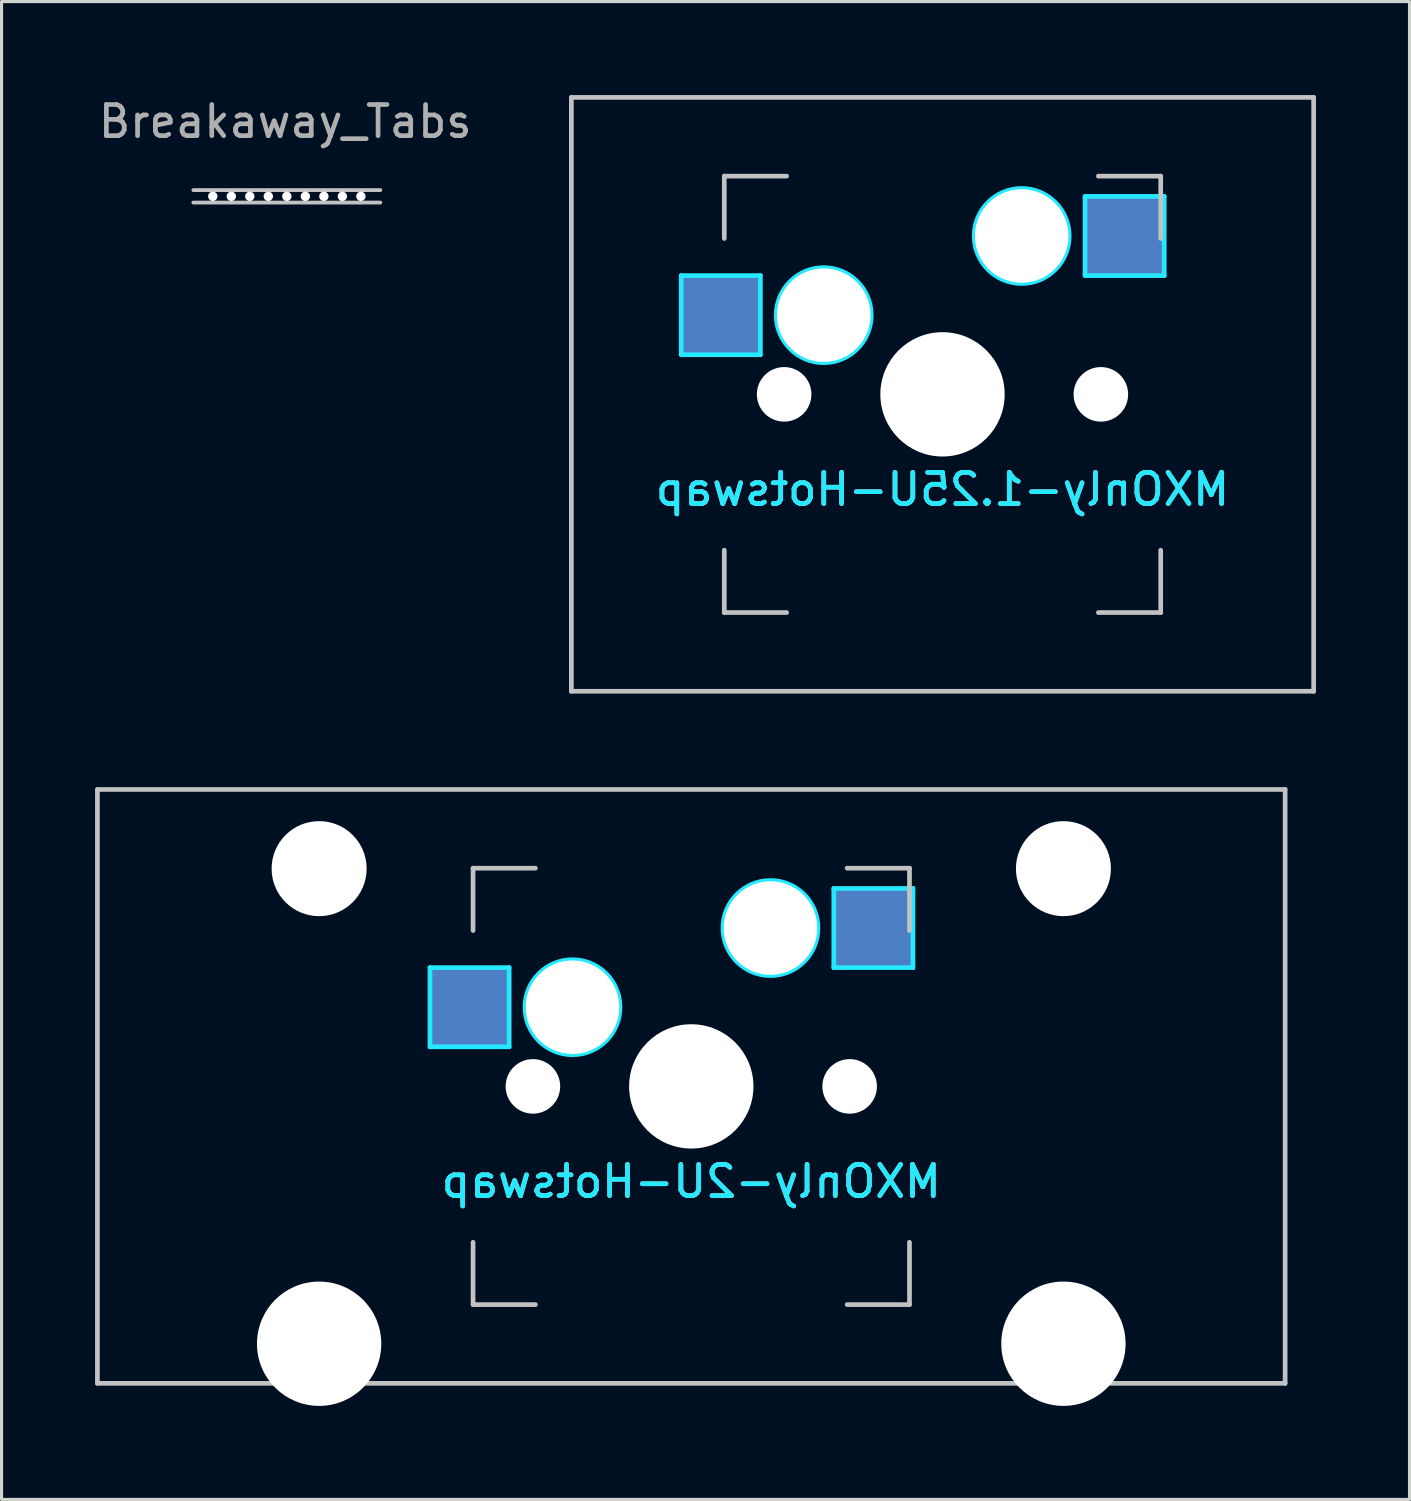
<source format=kicad_pcb>
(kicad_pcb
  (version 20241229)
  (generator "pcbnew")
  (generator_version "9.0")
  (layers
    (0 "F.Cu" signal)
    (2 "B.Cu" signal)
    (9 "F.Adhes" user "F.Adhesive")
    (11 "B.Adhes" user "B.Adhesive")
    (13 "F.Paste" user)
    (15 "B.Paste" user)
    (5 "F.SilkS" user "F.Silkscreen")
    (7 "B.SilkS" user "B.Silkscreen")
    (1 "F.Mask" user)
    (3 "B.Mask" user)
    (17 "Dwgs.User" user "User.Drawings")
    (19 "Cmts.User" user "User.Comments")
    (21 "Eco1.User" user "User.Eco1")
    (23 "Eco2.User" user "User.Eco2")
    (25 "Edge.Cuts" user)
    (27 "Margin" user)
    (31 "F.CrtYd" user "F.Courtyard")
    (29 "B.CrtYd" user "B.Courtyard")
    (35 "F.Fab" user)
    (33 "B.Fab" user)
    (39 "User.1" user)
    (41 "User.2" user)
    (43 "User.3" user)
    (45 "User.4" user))
  (footprint "Breakaway_Tabs"
    (layer "F.Cu")
    (at 6.151 3.248)
    (property "Reference" "Breakaway_Tabs" (at -0.05 -2.4 0) (layer "F.Fab") (effects (font (size 1 1) (thickness 0.15))))
    (attr through_hole)
    (fp_line (start -3 -0.2) (end 3 -0.2) (stroke (width 0.12) (type solid)) (layer "Dwgs.User"))
    (fp_line (start -3 0.2) (end 3 0.2) (stroke (width 0.12) (type solid)) (layer "Dwgs.User"))
    (pad "" np_thru_hole circle (at -2.375 0) (size 0.3 0.3) (drill 0.3) (layers "*.Cu" "*.Mask"))
    (pad "" np_thru_hole circle (at -1.781 0) (size 0.3 0.3) (drill 0.3) (layers "*.Cu" "*.Mask"))
    (pad "" np_thru_hole circle (at -1.188 0) (size 0.3 0.3) (drill 0.3) (layers "*.Cu" "*.Mask"))
    (pad "" np_thru_hole circle (at -0.594 0) (size 0.3 0.3) (drill 0.3) (layers "*.Cu" "*.Mask"))
    (pad "" np_thru_hole circle (at 0 0) (size 0.3 0.3) (drill 0.3) (layers "*.Cu" "*.Mask"))
    (pad "" np_thru_hole circle (at 0.594 0) (size 0.3 0.3) (drill 0.3) (layers "*.Cu" "*.Mask"))
    (pad "" np_thru_hole circle (at 1.188 0) (size 0.3 0.3) (drill 0.3) (layers "*.Cu" "*.Mask"))
    (pad "" np_thru_hole circle (at 1.781 0) (size 0.3 0.3) (drill 0.3) (layers "*.Cu" "*.Mask"))
    (pad "" np_thru_hole circle (at 2.375 0) (size 0.3 0.3) (drill 0.3) (layers "*.Cu" "*.Mask")))
  (footprint "MXOnly-2U-Hotswap"
    (layer "F.Cu")
    (at 19.125 31.8)
    (property "Reference" "MXOnly-2U-Hotswap" (at 0 3.048 0) (layer "B.CrtYd") (effects (font (size 1 1) (thickness 0.15)) (justify mirror)))
    (attr smd)
    (fp_line (start -19.05 -9.525) (end 19.05 -9.525) (stroke (width 0.15) (type solid)) (layer "Dwgs.User"))
    (fp_line (start -19.05 9.525) (end -19.05 -9.525) (stroke (width 0.15) (type solid)) (layer "Dwgs.User"))
    (fp_line (start -7 -7) (end -7 -5) (stroke (width 0.15) (type solid)) (layer "Dwgs.User"))
    (fp_line (start -7 5) (end -7 7) (stroke (width 0.15) (type solid)) (layer "Dwgs.User"))
    (fp_line (start -7 7) (end -5 7) (stroke (width 0.15) (type solid)) (layer "Dwgs.User"))
    (fp_line (start -5 -7) (end -7 -7) (stroke (width 0.15) (type solid)) (layer "Dwgs.User"))
    (fp_line (start 5 -7) (end 7 -7) (stroke (width 0.15) (type solid)) (layer "Dwgs.User"))
    (fp_line (start 5 7) (end 7 7) (stroke (width 0.15) (type solid)) (layer "Dwgs.User"))
    (fp_line (start 7 -7) (end 7 -5) (stroke (width 0.15) (type solid)) (layer "Dwgs.User"))
    (fp_line (start 7 7) (end 7 5) (stroke (width 0.15) (type solid)) (layer "Dwgs.User"))
    (fp_line (start 19.05 -9.525) (end 19.05 9.525) (stroke (width 0.15) (type solid)) (layer "Dwgs.User"))
    (fp_line (start 19.05 9.525) (end -19.05 9.525) (stroke (width 0.15) (type solid)) (layer "Dwgs.User"))
    (fp_line (start -8.382 -3.81) (end -5.842 -3.81) (stroke (width 0.15) (type solid)) (layer "B.CrtYd"))
    (fp_line (start -8.382 -1.27) (end -8.382 -3.81) (stroke (width 0.15) (type solid)) (layer "B.CrtYd"))
    (fp_line (start -5.842 -3.81) (end -5.842 -1.27) (stroke (width 0.15) (type solid)) (layer "B.CrtYd"))
    (fp_line (start -5.842 -1.27) (end -8.382 -1.27) (stroke (width 0.15) (type solid)) (layer "B.CrtYd"))
    (fp_line (start 4.572 -6.35) (end 7.112 -6.35) (stroke (width 0.15) (type solid)) (layer "B.CrtYd"))
    (fp_line (start 4.572 -3.81) (end 4.572 -6.35) (stroke (width 0.15) (type solid)) (layer "B.CrtYd"))
    (fp_line (start 7.112 -6.35) (end 7.112 -3.81) (stroke (width 0.15) (type solid)) (layer "B.CrtYd"))
    (fp_line (start 7.112 -3.81) (end 4.572 -3.81) (stroke (width 0.15) (type solid)) (layer "B.CrtYd"))
    (fp_circle (center -3.81 -2.54) (end -3.81 -4.064) (stroke (width 0.15) (type solid)) (fill no) (layer "B.CrtYd"))
    (fp_circle (center 2.54 -5.08) (end 2.54 -6.604) (stroke (width 0.15) (type solid)) (fill no) (layer "B.CrtYd"))
    (fp_text user "${REFERENCE}" (at 0 3.048 0) (layer "B.SilkS") (effects (font (size 1 1) (thickness 0.15)) (justify mirror)))
    (pad "" np_thru_hole circle (at -11.938 -6.985) (size 3.048 3.048) (drill 3.048) (layers "*.Cu" "*.Mask"))
    (pad "" np_thru_hole circle (at -11.938 8.255) (size 3.988 3.988) (drill 3.988) (layers "*.Cu" "*.Mask"))
    (pad "" np_thru_hole circle (at -5.08 0 48.1) (size 1.75 1.75) (drill 1.75) (layers "*.Cu" "*.Mask"))
    (pad "" np_thru_hole circle (at -3.81 -2.54) (size 3 3) (drill 3) (layers "*.Cu" "*.Mask"))
    (pad "" np_thru_hole circle (at 0 0) (size 3.988 3.988) (drill 3.988) (layers "*.Cu" "*.Mask"))
    (pad "" np_thru_hole circle (at 2.54 -5.08) (size 3 3) (drill 3) (layers "*.Cu" "*.Mask"))
    (pad "" np_thru_hole circle (at 5.08 0 48.1) (size 1.75 1.75) (drill 1.75) (layers "*.Cu" "*.Mask"))
    (pad "" np_thru_hole circle (at 11.938 -6.985) (size 3.048 3.048) (drill 3.048) (layers "*.Cu" "*.Mask"))
    (pad "" np_thru_hole circle (at 11.938 8.255) (size 3.988 3.988) (drill 3.988) (layers "*.Cu" "*.Mask"))
    (pad "1" smd rect (at -7.085 -2.54) (size 2.55 2.5) (layers "B.Cu" "B.Mask" "B.Paste"))
    (pad "2" smd rect (at 5.842 -5.08) (size 2.55 2.5) (layers "B.Cu" "B.Mask" "B.Paste")))
  (footprint "MXOnly-1.25U-Hotswap"
    (layer "F.Cu")
    (at 27.184 9.6)
    (property "Reference" "MXOnly-1.25U-Hotswap" (at 0 3.048 0) (layer "B.CrtYd") (effects (font (size 1 1) (thickness 0.15)) (justify mirror)))
    (attr smd)
    (fp_line (start -11.906 -9.525) (end 11.906 -9.525) (stroke (width 0.15) (type solid)) (layer "Dwgs.User"))
    (fp_line (start -11.906 9.525) (end -11.906 -9.525) (stroke (width 0.15) (type solid)) (layer "Dwgs.User"))
    (fp_line (start -7 -7) (end -7 -5) (stroke (width 0.15) (type solid)) (layer "Dwgs.User"))
    (fp_line (start -7 5) (end -7 7) (stroke (width 0.15) (type solid)) (layer "Dwgs.User"))
    (fp_line (start -7 7) (end -5 7) (stroke (width 0.15) (type solid)) (layer "Dwgs.User"))
    (fp_line (start -5 -7) (end -7 -7) (stroke (width 0.15) (type solid)) (layer "Dwgs.User"))
    (fp_line (start 5 -7) (end 7 -7) (stroke (width 0.15) (type solid)) (layer "Dwgs.User"))
    (fp_line (start 5 7) (end 7 7) (stroke (width 0.15) (type solid)) (layer "Dwgs.User"))
    (fp_line (start 7 -7) (end 7 -5) (stroke (width 0.15) (type solid)) (layer "Dwgs.User"))
    (fp_line (start 7 7) (end 7 5) (stroke (width 0.15) (type solid)) (layer "Dwgs.User"))
    (fp_line (start 11.906 -9.525) (end 11.906 9.525) (stroke (width 0.15) (type solid)) (layer "Dwgs.User"))
    (fp_line (start 11.906 9.525) (end -11.906 9.525) (stroke (width 0.15) (type solid)) (layer "Dwgs.User"))
    (fp_line (start -8.382 -3.81) (end -5.842 -3.81) (stroke (width 0.15) (type solid)) (layer "B.CrtYd"))
    (fp_line (start -8.382 -1.27) (end -8.382 -3.81) (stroke (width 0.15) (type solid)) (layer "B.CrtYd"))
    (fp_line (start -5.842 -3.81) (end -5.842 -1.27) (stroke (width 0.15) (type solid)) (layer "B.CrtYd"))
    (fp_line (start -5.842 -1.27) (end -8.382 -1.27) (stroke (width 0.15) (type solid)) (layer "B.CrtYd"))
    (fp_line (start 4.572 -6.35) (end 7.112 -6.35) (stroke (width 0.15) (type solid)) (layer "B.CrtYd"))
    (fp_line (start 4.572 -3.81) (end 4.572 -6.35) (stroke (width 0.15) (type solid)) (layer "B.CrtYd"))
    (fp_line (start 7.112 -6.35) (end 7.112 -3.81) (stroke (width 0.15) (type solid)) (layer "B.CrtYd"))
    (fp_line (start 7.112 -3.81) (end 4.572 -3.81) (stroke (width 0.15) (type solid)) (layer "B.CrtYd"))
    (fp_circle (center -3.81 -2.54) (end -3.81 -4.064) (stroke (width 0.15) (type solid)) (fill no) (layer "B.CrtYd"))
    (fp_circle (center 2.54 -5.08) (end 2.54 -6.604) (stroke (width 0.15) (type solid)) (fill no) (layer "B.CrtYd"))
    (fp_text user "${REFERENCE}" (at 0 3.048 0) (layer "B.SilkS") (effects (font (size 1 1) (thickness 0.15)) (justify mirror)))
    (pad "" np_thru_hole circle (at -5.08 0 48.1) (size 1.75 1.75) (drill 1.75) (layers "*.Cu" "*.Mask"))
    (pad "" np_thru_hole circle (at -3.81 -2.54) (size 3 3) (drill 3) (layers "*.Cu" "*.Mask"))
    (pad "" np_thru_hole circle (at 0 0) (size 3.988 3.988) (drill 3.988) (layers "*.Cu" "*.Mask"))
    (pad "" np_thru_hole circle (at 2.54 -5.08) (size 3 3) (drill 3) (layers "*.Cu" "*.Mask"))
    (pad "" np_thru_hole circle (at 5.08 0 48.1) (size 1.75 1.75) (drill 1.75) (layers "*.Cu" "*.Mask"))
    (pad "1" smd rect (at -7.085 -2.54) (size 2.55 2.5) (layers "B.Cu" "B.Mask" "B.Paste"))
    (pad "2" smd rect (at 5.842 -5.08) (size 2.55 2.5) (layers "B.Cu" "B.Mask" "B.Paste")))
  (gr_rect
    (start -3 -3)
    (end 42.165 45.049)
    (stroke (width 0.1) (type default))
    (fill no)
    (layer "Edge.Cuts")))
</source>
